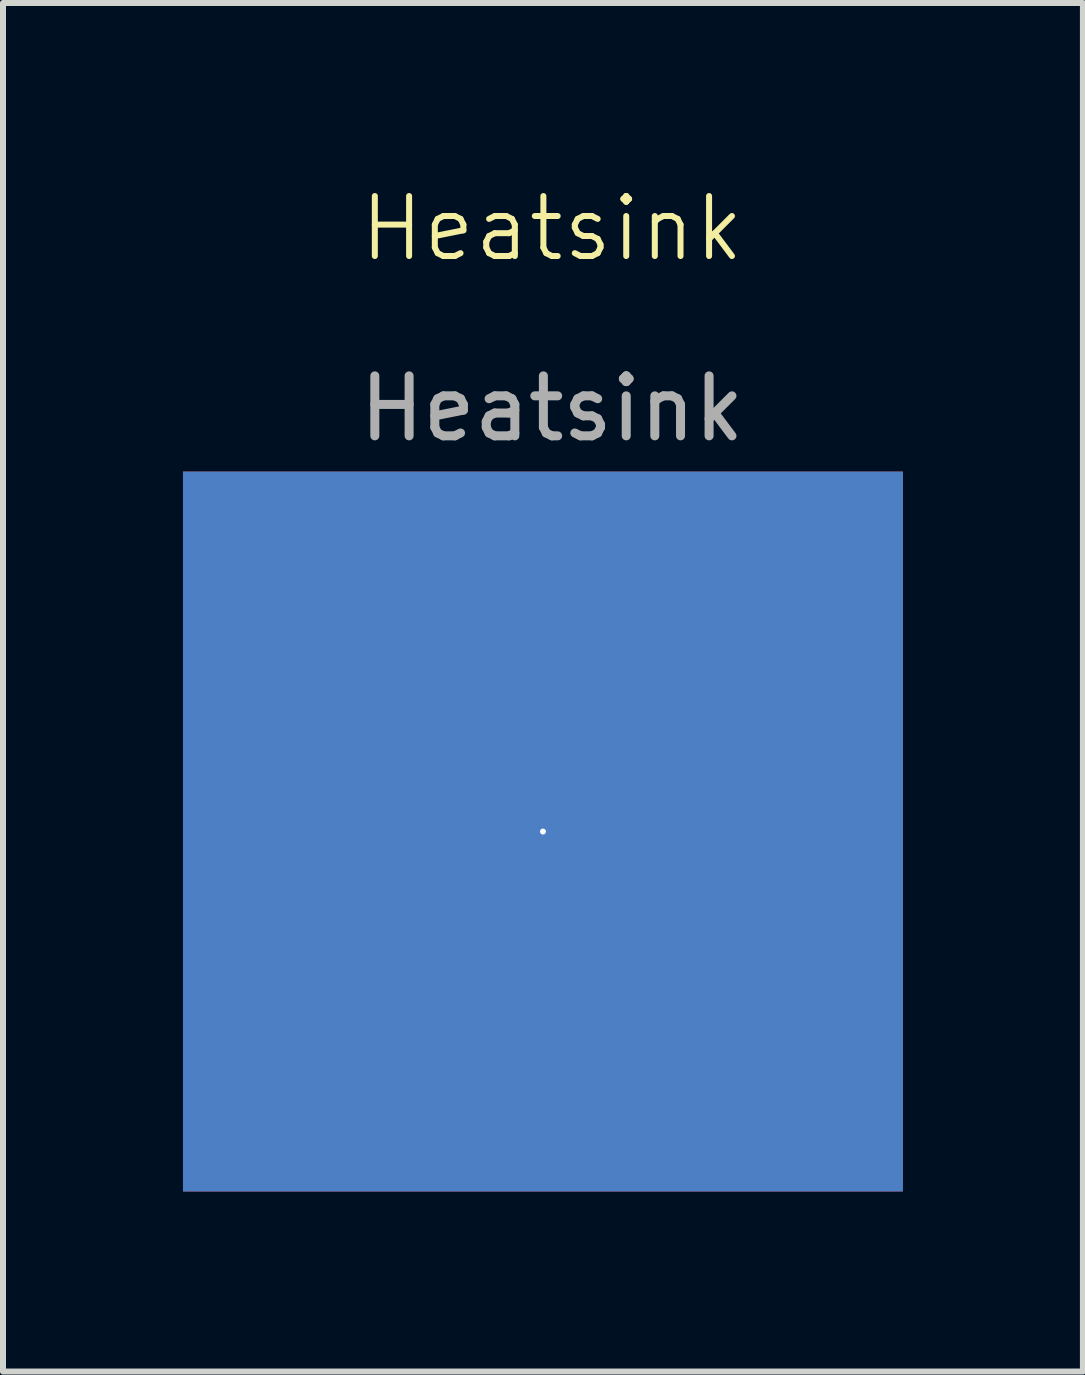
<source format=kicad_pcb>
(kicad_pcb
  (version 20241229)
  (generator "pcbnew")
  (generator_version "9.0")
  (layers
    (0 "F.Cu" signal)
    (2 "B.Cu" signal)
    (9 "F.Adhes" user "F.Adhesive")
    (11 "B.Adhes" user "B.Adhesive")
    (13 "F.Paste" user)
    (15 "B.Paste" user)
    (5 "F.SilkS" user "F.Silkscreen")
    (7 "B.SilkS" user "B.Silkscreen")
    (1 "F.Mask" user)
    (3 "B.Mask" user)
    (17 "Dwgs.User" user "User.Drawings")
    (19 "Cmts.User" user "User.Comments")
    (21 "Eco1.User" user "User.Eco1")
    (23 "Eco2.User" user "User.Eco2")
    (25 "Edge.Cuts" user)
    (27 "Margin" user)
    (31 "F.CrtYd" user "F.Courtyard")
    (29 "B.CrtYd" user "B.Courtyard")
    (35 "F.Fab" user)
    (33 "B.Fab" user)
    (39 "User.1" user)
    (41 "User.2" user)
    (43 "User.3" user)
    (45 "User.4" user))
  (footprint "Heatsink"
    (layer "F.Cu")
    (at 6.15 1.26)
    (property "Reference" "Heatsink" (at 0 -0.5 0) (unlocked yes) (layer "F.SilkS") (effects (font (size 1 1) (thickness 0.1))))
    (attr through_hole)
    (fp_text user "${REFERENCE}" (at 0 2.5 0) (unlocked yes) (layer "F.Fab") (effects (font (size 1 1) (thickness 0.15))))
    (pad "1" thru_hole rect (at -0.15 9.55) (size 12 12) (drill 0.1) (layers "*.Cu" "*.Mask")))
  (gr_rect
    (start -3 -3)
    (end 15 19.811)
    (stroke (width 0.1) (type default))
    (fill no)
    (layer "Edge.Cuts")))
</source>
